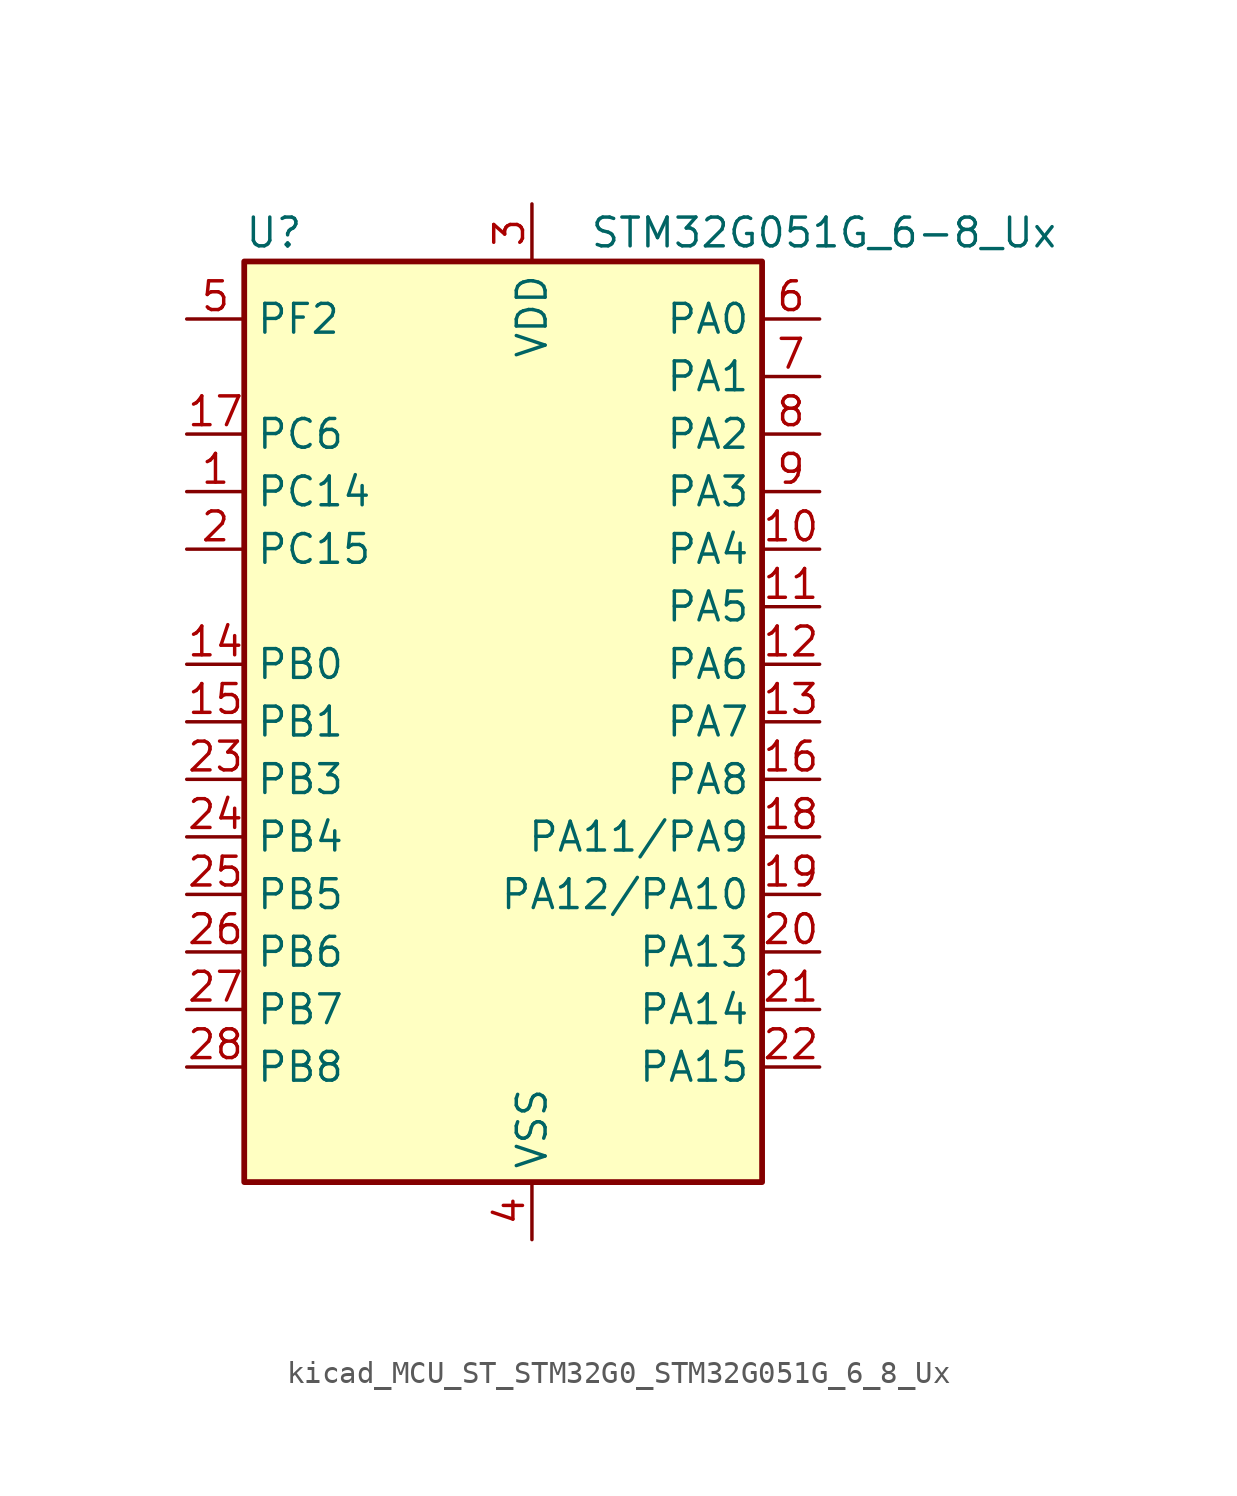
<source format=kicad_sym>
(kicad_symbol_lib
  (version 20220914)
  (generator kicad_symbol_editor)
  (symbol "kicad_MCU_ST_STM32G0_STM32G051G_6_8_Ux"
    (property "Reference" "U"
      (at -10.16 21.59 0)
      (effects (font (size 1.27 1.27)) (justify left)))
    (property "Value" "STM32G051G_6-8_Ux"
      (at 5.08 21.59 0)
      (effects (font (size 1.27 1.27)) (justify left)))
    (property "ki_locked" ""
      (at 0 0 0)
      (effects (font (size 1.27 1.27))))
    (symbol "kicad_MCU_ST_STM32G0_STM32G051G_6_8_Ux_0_1"
      (rectangle (start -10.16 -20.32) (end 12.7 20.32) (stroke (width 0.254) (type default)) (fill (type background))))
    (symbol "kicad_MCU_ST_STM32G0_STM32G051G_6_8_Ux_1_1"
      (pin bidirectional line (at -12.7 10.16 0) (length 2.54) (name "PC14" (effects (font (size 1.27 1.27)))) (number "1" (effects (font (size 1.27 1.27)))) (alternate "RCC_OSC32_IN" bidirectional line) (alternate "RCC_OSC_IN" bidirectional line) (alternate "TIM1_BK2" bidirectional line))
      (pin bidirectional line (at 15.24 7.62 180) (length 2.54) (name "PA4" (effects (font (size 1.27 1.27)))) (number "10" (effects (font (size 1.27 1.27)))) (alternate "ADC1_IN4" bidirectional line) (alternate "DAC1_OUT1" bidirectional line) (alternate "I2S1_WS" bidirectional line) (alternate "LPTIM2_OUT" bidirectional line) (alternate "RTC_OUT1" bidirectional line) (alternate "RTC_TAMP_IN1" bidirectional line) (alternate "RTC_TS" bidirectional line) (alternate "SPI1_NSS" bidirectional line) (alternate "SPI2_MOSI" bidirectional line) (alternate "SYS_WKUP2" bidirectional line) (alternate "TIM14_CH1" bidirectional line))
      (pin bidirectional line (at 15.24 5.08 180) (length 2.54) (name "PA5" (effects (font (size 1.27 1.27)))) (number "11" (effects (font (size 1.27 1.27)))) (alternate "ADC1_IN5" bidirectional line) (alternate "DAC1_OUT2" bidirectional line) (alternate "I2S1_CK" bidirectional line) (alternate "LPTIM2_ETR" bidirectional line) (alternate "SPI1_SCK" bidirectional line) (alternate "TIM2_CH1" bidirectional line) (alternate "TIM2_ETR" bidirectional line))
      (pin bidirectional line (at 15.24 2.54 180) (length 2.54) (name "PA6" (effects (font (size 1.27 1.27)))) (number "12" (effects (font (size 1.27 1.27)))) (alternate "ADC1_IN6" bidirectional line) (alternate "COMP1_OUT" bidirectional line) (alternate "I2S1_MCK" bidirectional line) (alternate "LPUART1_CTS" bidirectional line) (alternate "SPI1_MISO" bidirectional line) (alternate "TIM16_CH1" bidirectional line) (alternate "TIM1_BK" bidirectional line) (alternate "TIM3_CH1" bidirectional line))
      (pin bidirectional line (at 15.24 0 180) (length 2.54) (name "PA7" (effects (font (size 1.27 1.27)))) (number "13" (effects (font (size 1.27 1.27)))) (alternate "ADC1_IN7" bidirectional line) (alternate "COMP2_OUT" bidirectional line) (alternate "I2S1_SD" bidirectional line) (alternate "SPI1_MOSI" bidirectional line) (alternate "TIM14_CH1" bidirectional line) (alternate "TIM17_CH1" bidirectional line) (alternate "TIM1_CH1N" bidirectional line) (alternate "TIM3_CH2" bidirectional line))
      (pin bidirectional line (at -12.7 2.54 0) (length 2.54) (name "PB0" (effects (font (size 1.27 1.27)))) (number "14" (effects (font (size 1.27 1.27)))) (alternate "ADC1_IN8" bidirectional line) (alternate "COMP1_OUT" bidirectional line) (alternate "I2S1_WS" bidirectional line) (alternate "LPTIM1_OUT" bidirectional line) (alternate "SPI1_NSS" bidirectional line) (alternate "TIM1_CH2N" bidirectional line) (alternate "TIM3_CH3" bidirectional line))
      (pin bidirectional line (at -12.7 0 0) (length 2.54) (name "PB1" (effects (font (size 1.27 1.27)))) (number "15" (effects (font (size 1.27 1.27)))) (alternate "ADC1_IN9" bidirectional line) (alternate "COMP1_INM" bidirectional line) (alternate "LPTIM2_IN1" bidirectional line) (alternate "LPUART1_DE" bidirectional line) (alternate "LPUART1_RTS" bidirectional line) (alternate "TIM14_CH1" bidirectional line) (alternate "TIM1_CH3N" bidirectional line) (alternate "TIM3_CH4" bidirectional line))
      (pin bidirectional line (at 15.24 -2.54 180) (length 2.54) (name "PA8" (effects (font (size 1.27 1.27)))) (number "16" (effects (font (size 1.27 1.27)))) (alternate "LPTIM2_OUT" bidirectional line) (alternate "RCC_MCO" bidirectional line) (alternate "SPI2_NSS" bidirectional line) (alternate "TIM1_CH1" bidirectional line))
      (pin bidirectional line (at -12.7 12.7 0) (length 2.54) (name "PC6" (effects (font (size 1.27 1.27)))) (number "17" (effects (font (size 1.27 1.27)))) (alternate "TIM2_CH3" bidirectional line) (alternate "TIM3_CH1" bidirectional line))
      (pin bidirectional line (at 15.24 -5.08 180) (length 2.54) (name "PA11/PA9" (effects (font (size 1.27 1.27)))) (number "18" (effects (font (size 1.27 1.27)))) (alternate "ADC1_EXTI11" bidirectional line) (alternate "ADC1_IN15" bidirectional line) (alternate "COMP1_OUT" bidirectional line) (alternate "I2C2_SCL" bidirectional line) (alternate "I2S1_MCK" bidirectional line) (alternate "SPI1_MISO" bidirectional line) (alternate "TIM1_BK2" bidirectional line) (alternate "TIM1_CH4" bidirectional line) (alternate "USART1_CTS" bidirectional line) (alternate "USART1_NSS" bidirectional line))
      (pin bidirectional line (at 15.24 -7.62 180) (length 2.54) (name "PA12/PA10" (effects (font (size 1.27 1.27)))) (number "19" (effects (font (size 1.27 1.27)))) (alternate "ADC1_IN16" bidirectional line) (alternate "COMP2_OUT" bidirectional line) (alternate "I2C2_SDA" bidirectional line) (alternate "I2S1_SD" bidirectional line) (alternate "I2S_CKIN" bidirectional line) (alternate "SPI1_MOSI" bidirectional line) (alternate "TIM1_ETR" bidirectional line) (alternate "USART1_CK" bidirectional line) (alternate "USART1_DE" bidirectional line) (alternate "USART1_RTS" bidirectional line))
      (pin bidirectional line (at -12.7 7.62 0) (length 2.54) (name "PC15" (effects (font (size 1.27 1.27)))) (number "2" (effects (font (size 1.27 1.27)))) (alternate "RCC_OSC32_EN" bidirectional line) (alternate "RCC_OSC32_OUT" bidirectional line) (alternate "RCC_OSC_EN" bidirectional line) (alternate "TIM15_BK" bidirectional line))
      (pin bidirectional line (at 15.24 -10.16 180) (length 2.54) (name "PA13" (effects (font (size 1.27 1.27)))) (number "20" (effects (font (size 1.27 1.27)))) (alternate "ADC1_IN17" bidirectional line) (alternate "IR_OUT" bidirectional line) (alternate "SYS_SWDIO" bidirectional line))
      (pin bidirectional line (at 15.24 -12.7 180) (length 2.54) (name "PA14" (effects (font (size 1.27 1.27)))) (number "21" (effects (font (size 1.27 1.27)))) (alternate "ADC1_IN18" bidirectional line) (alternate "SYS_SWCLK" bidirectional line) (alternate "USART2_TX" bidirectional line))
      (pin bidirectional line (at 15.24 -15.24 180) (length 2.54) (name "PA15" (effects (font (size 1.27 1.27)))) (number "22" (effects (font (size 1.27 1.27)))) (alternate "I2S1_WS" bidirectional line) (alternate "SPI1_NSS" bidirectional line) (alternate "TIM2_CH1" bidirectional line) (alternate "TIM2_ETR" bidirectional line) (alternate "USART2_RX" bidirectional line))
      (pin bidirectional line (at -12.7 -2.54 0) (length 2.54) (name "PB3" (effects (font (size 1.27 1.27)))) (number "23" (effects (font (size 1.27 1.27)))) (alternate "COMP2_INM" bidirectional line) (alternate "I2S1_CK" bidirectional line) (alternate "SPI1_SCK" bidirectional line) (alternate "TIM1_CH2" bidirectional line) (alternate "TIM2_CH2" bidirectional line) (alternate "USART1_CK" bidirectional line) (alternate "USART1_DE" bidirectional line) (alternate "USART1_RTS" bidirectional line))
      (pin bidirectional line (at -12.7 -5.08 0) (length 2.54) (name "PB4" (effects (font (size 1.27 1.27)))) (number "24" (effects (font (size 1.27 1.27)))) (alternate "COMP2_INP" bidirectional line) (alternate "I2S1_MCK" bidirectional line) (alternate "SPI1_MISO" bidirectional line) (alternate "TIM17_BK" bidirectional line) (alternate "TIM3_CH1" bidirectional line) (alternate "USART1_CTS" bidirectional line) (alternate "USART1_NSS" bidirectional line))
      (pin bidirectional line (at -12.7 -7.62 0) (length 2.54) (name "PB5" (effects (font (size 1.27 1.27)))) (number "25" (effects (font (size 1.27 1.27)))) (alternate "COMP2_OUT" bidirectional line) (alternate "I2C1_SMBA" bidirectional line) (alternate "I2S1_SD" bidirectional line) (alternate "LPTIM1_IN1" bidirectional line) (alternate "SPI1_MOSI" bidirectional line) (alternate "SYS_WKUP6" bidirectional line) (alternate "TIM16_BK" bidirectional line) (alternate "TIM3_CH2" bidirectional line))
      (pin bidirectional line (at -12.7 -10.16 0) (length 2.54) (name "PB6" (effects (font (size 1.27 1.27)))) (number "26" (effects (font (size 1.27 1.27)))) (alternate "COMP2_INP" bidirectional line) (alternate "I2C1_SCL" bidirectional line) (alternate "LPTIM1_ETR" bidirectional line) (alternate "SPI2_MISO" bidirectional line) (alternate "TIM16_CH1N" bidirectional line) (alternate "TIM1_CH3" bidirectional line) (alternate "USART1_TX" bidirectional line))
      (pin bidirectional line (at -12.7 -12.7 0) (length 2.54) (name "PB7" (effects (font (size 1.27 1.27)))) (number "27" (effects (font (size 1.27 1.27)))) (alternate "ADC1_IN11" bidirectional line) (alternate "COMP2_INM" bidirectional line) (alternate "I2C1_SDA" bidirectional line) (alternate "LPTIM1_IN2" bidirectional line) (alternate "SPI2_MOSI" bidirectional line) (alternate "SYS_PVD_IN" bidirectional line) (alternate "TIM17_CH1N" bidirectional line) (alternate "USART1_RX" bidirectional line))
      (pin bidirectional line (at -12.7 -15.24 0) (length 2.54) (name "PB8" (effects (font (size 1.27 1.27)))) (number "28" (effects (font (size 1.27 1.27)))) (alternate "I2C1_SCL" bidirectional line) (alternate "SPI2_SCK" bidirectional line) (alternate "TIM15_BK" bidirectional line) (alternate "TIM16_CH1" bidirectional line))
      (pin power_in line (at 2.54 22.86 270) (length 2.54) (name "VDD" (effects (font (size 1.27 1.27)))) (number "3" (effects (font (size 1.27 1.27)))))
      (pin power_in line (at 2.54 -22.86 90) (length 2.54) (name "VSS" (effects (font (size 1.27 1.27)))) (number "4" (effects (font (size 1.27 1.27)))))
      (pin bidirectional line (at -12.7 17.78 0) (length 2.54) (name "PF2" (effects (font (size 1.27 1.27)))) (number "5" (effects (font (size 1.27 1.27)))) (alternate "RCC_MCO" bidirectional line))
      (pin bidirectional line (at 15.24 17.78 180) (length 2.54) (name "PA0" (effects (font (size 1.27 1.27)))) (number "6" (effects (font (size 1.27 1.27)))) (alternate "ADC1_IN0" bidirectional line) (alternate "COMP1_INM" bidirectional line) (alternate "COMP1_OUT" bidirectional line) (alternate "LPTIM1_OUT" bidirectional line) (alternate "RTC_TAMP_IN2" bidirectional line) (alternate "SPI2_SCK" bidirectional line) (alternate "SYS_WKUP1" bidirectional line) (alternate "TIM2_CH1" bidirectional line) (alternate "TIM2_ETR" bidirectional line) (alternate "USART2_CTS" bidirectional line) (alternate "USART2_NSS" bidirectional line))
      (pin bidirectional line (at 15.24 15.24 180) (length 2.54) (name "PA1" (effects (font (size 1.27 1.27)))) (number "7" (effects (font (size 1.27 1.27)))) (alternate "ADC1_IN1" bidirectional line) (alternate "COMP1_INP" bidirectional line) (alternate "I2C1_SMBA" bidirectional line) (alternate "I2S1_CK" bidirectional line) (alternate "SPI1_SCK" bidirectional line) (alternate "TIM15_CH1N" bidirectional line) (alternate "TIM2_CH2" bidirectional line) (alternate "USART2_CK" bidirectional line) (alternate "USART2_DE" bidirectional line) (alternate "USART2_RTS" bidirectional line))
      (pin bidirectional line (at 15.24 12.7 180) (length 2.54) (name "PA2" (effects (font (size 1.27 1.27)))) (number "8" (effects (font (size 1.27 1.27)))) (alternate "ADC1_IN2" bidirectional line) (alternate "COMP2_INM" bidirectional line) (alternate "COMP2_OUT" bidirectional line) (alternate "I2S1_SD" bidirectional line) (alternate "LPUART1_TX" bidirectional line) (alternate "RCC_LSCO" bidirectional line) (alternate "SPI1_MOSI" bidirectional line) (alternate "SYS_WKUP4" bidirectional line) (alternate "TIM15_CH1" bidirectional line) (alternate "TIM2_CH3" bidirectional line) (alternate "USART2_TX" bidirectional line))
      (pin bidirectional line (at 15.24 10.16 180) (length 2.54) (name "PA3" (effects (font (size 1.27 1.27)))) (number "9" (effects (font (size 1.27 1.27)))) (alternate "ADC1_IN3" bidirectional line) (alternate "COMP2_INP" bidirectional line) (alternate "LPUART1_RX" bidirectional line) (alternate "SPI2_MISO" bidirectional line) (alternate "TIM15_CH2" bidirectional line) (alternate "TIM2_CH4" bidirectional line) (alternate "USART2_RX" bidirectional line)))))
</source>
